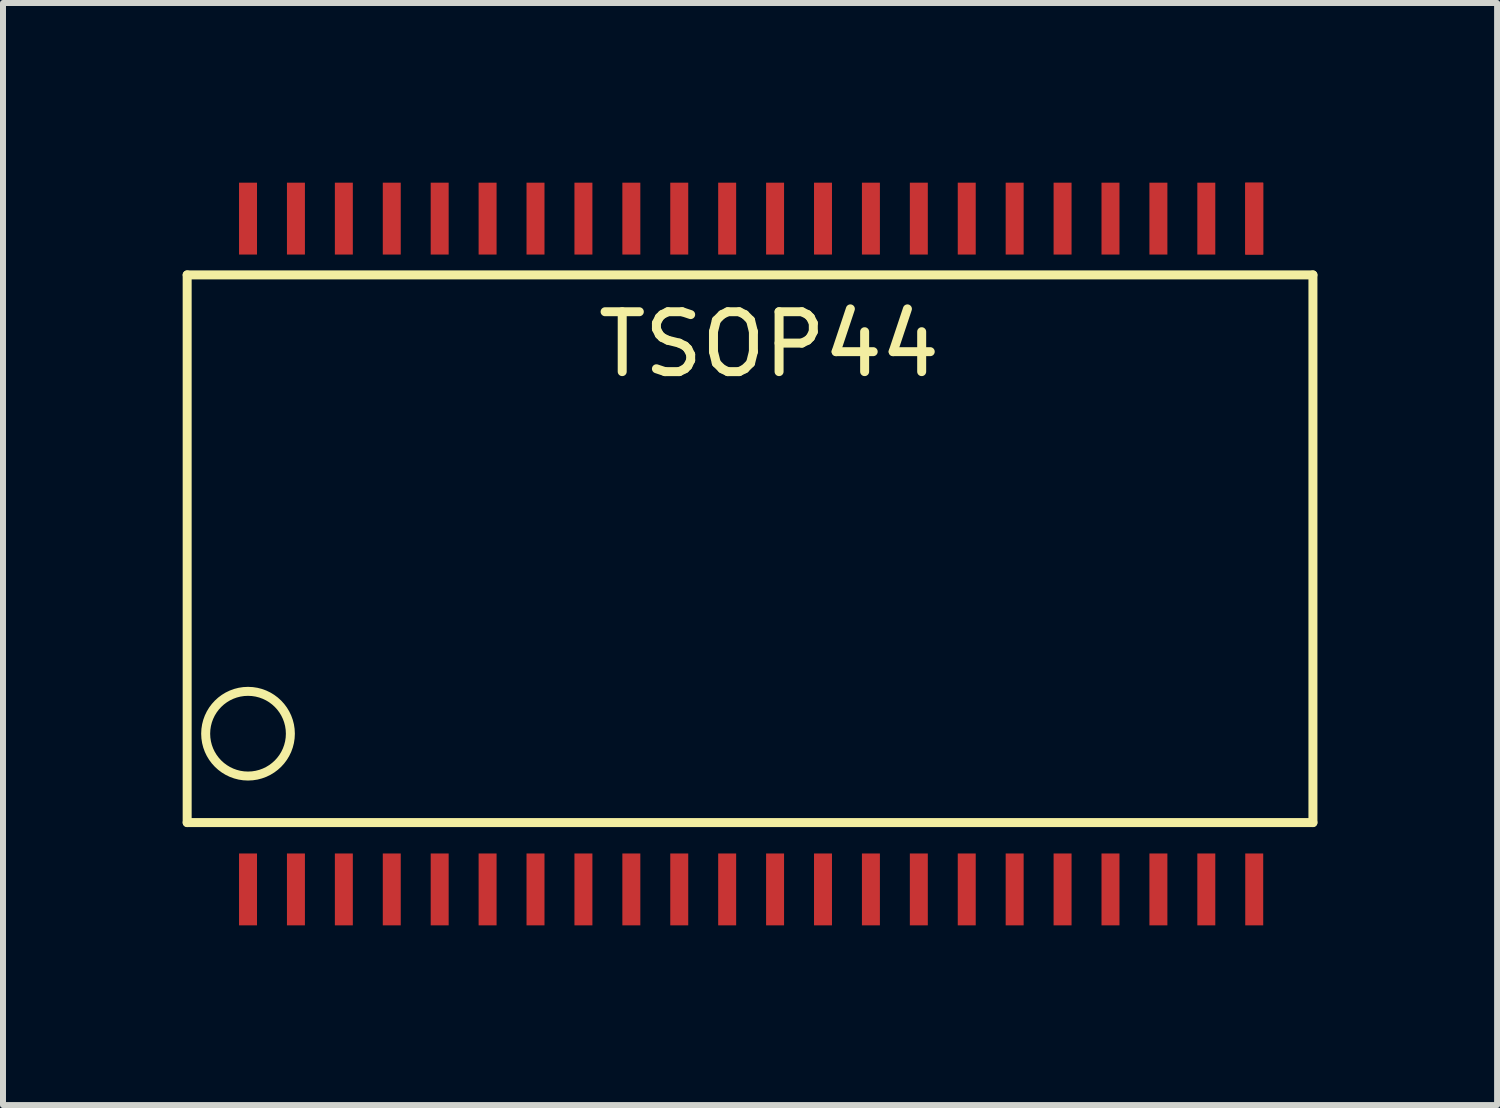
<source format=kicad_pcb>
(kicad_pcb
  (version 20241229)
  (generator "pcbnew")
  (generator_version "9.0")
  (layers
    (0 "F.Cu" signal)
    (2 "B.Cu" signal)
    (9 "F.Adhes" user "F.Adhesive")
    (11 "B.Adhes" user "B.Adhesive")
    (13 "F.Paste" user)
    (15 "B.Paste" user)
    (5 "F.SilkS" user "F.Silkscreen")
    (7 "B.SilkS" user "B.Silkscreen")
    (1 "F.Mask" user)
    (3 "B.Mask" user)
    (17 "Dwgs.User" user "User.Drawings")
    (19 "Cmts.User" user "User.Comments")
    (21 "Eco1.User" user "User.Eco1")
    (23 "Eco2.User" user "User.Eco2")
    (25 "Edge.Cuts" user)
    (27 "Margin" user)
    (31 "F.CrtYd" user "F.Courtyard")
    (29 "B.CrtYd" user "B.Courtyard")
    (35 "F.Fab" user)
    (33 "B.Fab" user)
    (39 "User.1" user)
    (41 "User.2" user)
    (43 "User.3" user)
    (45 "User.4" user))
  (footprint "TSOP44"
    (layer "F.Cu")
    (at 1.091 11.6)
    (property "Reference" "TSOP44" (at 8.7 -8.9 0) (layer "F.SilkS") (effects (font (size 1 1) (thickness 0.15))))
    (attr through_hole)
    (fp_line (start -1.016 -10.06) (end 17.78 -10.06) (stroke (width 0.15) (type solid)) (layer "F.SilkS"))
    (fp_line (start -1.016 -0.916) (end -1.016 -10.06) (stroke (width 0.15) (type solid)) (layer "F.SilkS"))
    (fp_line (start 17.78 -10.06) (end 17.78 -0.916) (stroke (width 0.15) (type solid)) (layer "F.SilkS"))
    (fp_line (start 17.78 -0.916) (end -1.016 -0.916) (stroke (width 0.15) (type solid)) (layer "F.SilkS"))
    (fp_circle (center 0 -2.4) (end 0.5 -1.9) (stroke (width 0.15) (type solid)) (fill no) (layer "F.SilkS"))
    (pad "1" smd rect (at 0 0.2) (size 0.3 1.2) (layers "F.Cu" "F.Mask" "F.Paste"))
    (pad "2" smd rect (at 0.8 0.2) (size 0.3 1.2) (layers "F.Cu" "F.Mask" "F.Paste"))
    (pad "3" smd rect (at 1.6 0.2) (size 0.3 1.2) (layers "F.Cu" "F.Mask" "F.Paste"))
    (pad "4" smd rect (at 2.4 0.2) (size 0.3 1.2) (layers "F.Cu" "F.Mask" "F.Paste"))
    (pad "5" smd rect (at 3.2 0.2) (size 0.3 1.2) (layers "F.Cu" "F.Mask" "F.Paste"))
    (pad "6" smd rect (at 4 0.2) (size 0.3 1.2) (layers "F.Cu" "F.Mask" "F.Paste"))
    (pad "7" smd rect (at 4.8 0.2) (size 0.3 1.2) (layers "F.Cu" "F.Mask" "F.Paste"))
    (pad "8" smd rect (at 5.6 0.2) (size 0.3 1.2) (layers "F.Cu" "F.Mask" "F.Paste"))
    (pad "9" smd rect (at 6.4 0.2) (size 0.3 1.2) (layers "F.Cu" "F.Mask" "F.Paste"))
    (pad "10" smd rect (at 7.2 0.2) (size 0.3 1.2) (layers "F.Cu" "F.Mask" "F.Paste"))
    (pad "11" smd rect (at 8 0.2) (size 0.3 1.2) (layers "F.Cu" "F.Mask" "F.Paste"))
    (pad "12" smd rect (at 8.8 0.2) (size 0.3 1.2) (layers "F.Cu" "F.Mask" "F.Paste"))
    (pad "13" smd rect (at 9.6 0.2) (size 0.3 1.2) (layers "F.Cu" "F.Mask" "F.Paste"))
    (pad "14" smd rect (at 10.4 0.2) (size 0.3 1.2) (layers "F.Cu" "F.Mask" "F.Paste"))
    (pad "15" smd rect (at 11.2 0.2) (size 0.3 1.2) (layers "F.Cu" "F.Mask" "F.Paste"))
    (pad "16" smd rect (at 12 0.2) (size 0.3 1.2) (layers "F.Cu" "F.Mask" "F.Paste"))
    (pad "17" smd rect (at 12.8 0.2) (size 0.3 1.2) (layers "F.Cu" "F.Mask" "F.Paste"))
    (pad "18" smd rect (at 13.6 0.2) (size 0.3 1.2) (layers "F.Cu" "F.Mask" "F.Paste"))
    (pad "19" smd rect (at 14.4 0.2) (size 0.3 1.2) (layers "F.Cu" "F.Mask" "F.Paste"))
    (pad "20" smd rect (at 15.2 0.2) (size 0.3 1.2) (layers "F.Cu" "F.Mask" "F.Paste"))
    (pad "21" smd rect (at 16 0.2) (size 0.3 1.2) (layers "F.Cu" "F.Mask" "F.Paste"))
    (pad "22" smd rect (at 16.8 0.2) (size 0.3 1.2) (layers "F.Cu" "F.Mask" "F.Paste"))
    (pad "23" smd rect (at 16.8 -11) (size 0.3 1.2) (layers "F.Cu" "F.Mask" "F.Paste"))
    (pad "24" smd rect (at 16 -11) (size 0.3 1.2) (layers "F.Cu" "F.Mask" "F.Paste"))
    (pad "25" smd rect (at 15.2 -11) (size 0.3 1.2) (layers "F.Cu" "F.Mask" "F.Paste"))
    (pad "26" smd rect (at 14.4 -11) (size 0.3 1.2) (layers "F.Cu" "F.Mask" "F.Paste"))
    (pad "27" smd rect (at 13.6 -11) (size 0.3 1.2) (layers "F.Cu" "F.Mask" "F.Paste"))
    (pad "28" smd rect (at 12.8 -11) (size 0.3 1.2) (layers "F.Cu" "F.Mask" "F.Paste"))
    (pad "29" smd rect (at 12 -11) (size 0.3 1.2) (layers "F.Cu" "F.Mask" "F.Paste"))
    (pad "30" smd rect (at 11.2 -11) (size 0.3 1.2) (layers "F.Cu" "F.Mask" "F.Paste"))
    (pad "31" smd rect (at 10.4 -11) (size 0.3 1.2) (layers "F.Cu" "F.Mask" "F.Paste"))
    (pad "32" smd rect (at 9.6 -11) (size 0.3 1.2) (layers "F.Cu" "F.Mask" "F.Paste"))
    (pad "33" smd rect (at 8.8 -11) (size 0.3 1.2) (layers "F.Cu" "F.Mask" "F.Paste"))
    (pad "33" smd rect (at 16.8 -11) (size 0.3 1.2) (layers "F.Cu" "F.Mask" "F.Paste"))
    (pad "34" smd rect (at 8 -11) (size 0.3 1.2) (layers "F.Cu" "F.Mask" "F.Paste"))
    (pad "35" smd rect (at 7.2 -11) (size 0.3 1.2) (layers "F.Cu" "F.Mask" "F.Paste"))
    (pad "36" smd rect (at 6.4 -11) (size 0.3 1.2) (layers "F.Cu" "F.Mask" "F.Paste"))
    (pad "37" smd rect (at 5.6 -11) (size 0.3 1.2) (layers "F.Cu" "F.Mask" "F.Paste"))
    (pad "38" smd rect (at 4.8 -11) (size 0.3 1.2) (layers "F.Cu" "F.Mask" "F.Paste"))
    (pad "39" smd rect (at 4 -11) (size 0.3 1.2) (layers "F.Cu" "F.Mask" "F.Paste"))
    (pad "40" smd rect (at 3.2 -11) (size 0.3 1.2) (layers "F.Cu" "F.Mask" "F.Paste"))
    (pad "41" smd rect (at 2.4 -11) (size 0.3 1.2) (layers "F.Cu" "F.Mask" "F.Paste"))
    (pad "42" smd rect (at 1.6 -11) (size 0.3 1.2) (layers "F.Cu" "F.Mask" "F.Paste"))
    (pad "43" smd rect (at 0.8 -11) (size 0.3 1.2) (layers "F.Cu" "F.Mask" "F.Paste"))
    (pad "44" smd rect (at 0 -11) (size 0.3 1.2) (layers "F.Cu" "F.Mask" "F.Paste")))
  (gr_rect
    (start -3 -3)
    (end 21.946 15.4)
    (stroke (width 0.1) (type default))
    (fill no)
    (layer "Edge.Cuts")))
</source>
